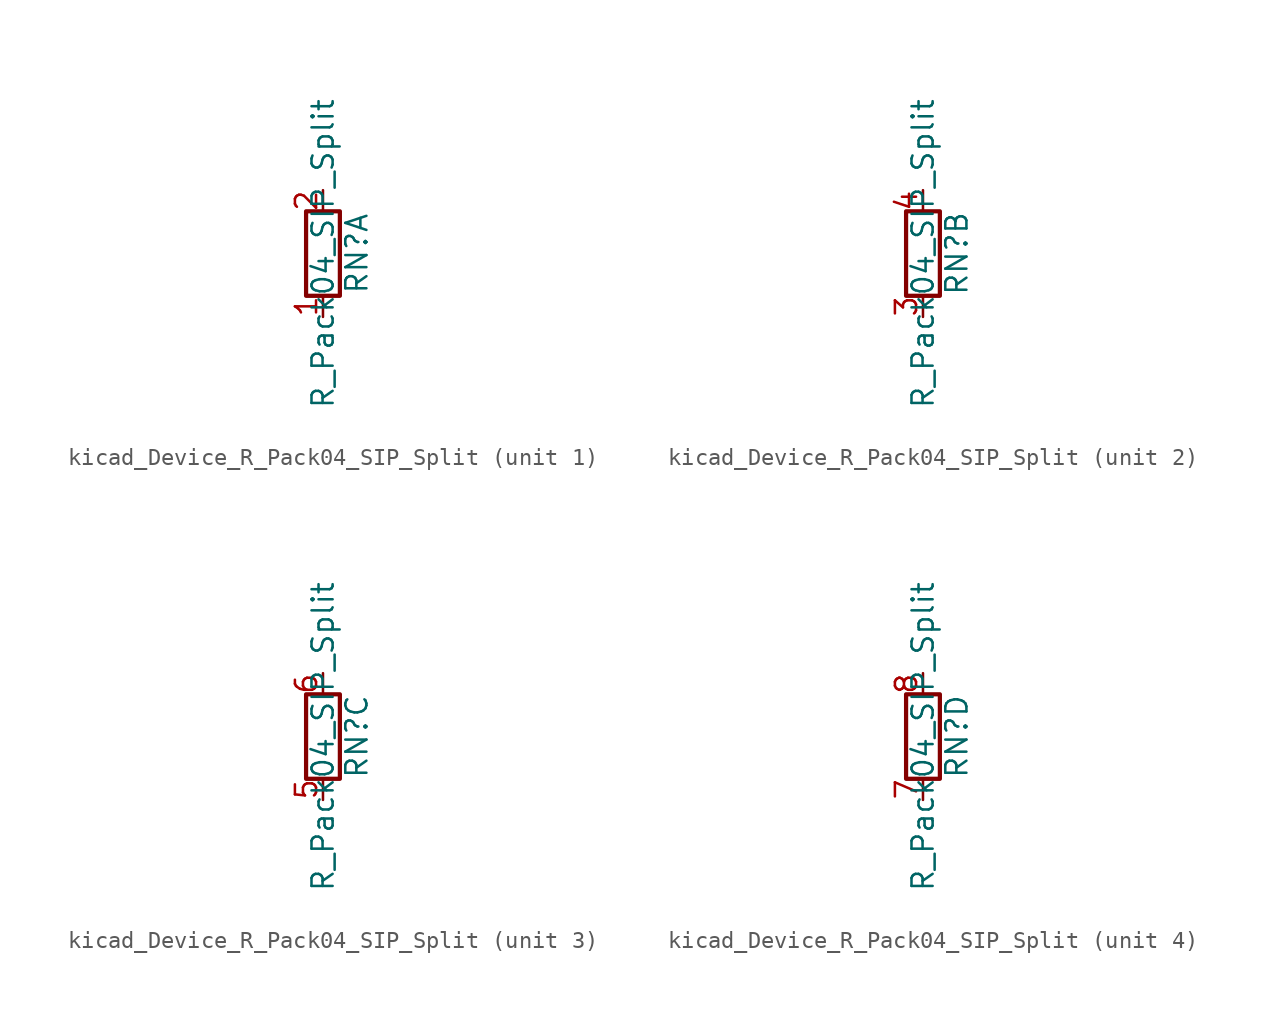
<source format=kicad_sym>
(kicad_symbol_lib
  (version 20220914)
  (generator kicad_symbol_editor)
  (symbol "kicad_Device_R_Pack04_SIP_Split"
    (pin_names
      (offset 0) hide)
    (property "Reference" "RN"
      (at 2.032 0 90)
      (effects (font (size 1.27 1.27))))
    (property "Value" "R_Pack04_SIP_Split"
      (at 0 0 90)
      (effects (font (size 1.27 1.27))))
    (symbol "kicad_Device_R_Pack04_SIP_Split_0_1"
      (rectangle (start 1.016 2.54) (end -1.016 -2.54) (stroke (width 0.254) (type default)) (fill (type none))))
    (symbol "kicad_Device_R_Pack04_SIP_Split_1_1"
      (pin passive line (at 0 -3.81 90) (length 1.27) (name "R1.1" (effects (font (size 1.27 1.27)))) (number "1" (effects (font (size 1.27 1.27)))))
      (pin passive line (at 0 3.81 270) (length 1.27) (name "R1.2" (effects (font (size 1.27 1.27)))) (number "2" (effects (font (size 1.27 1.27))))))
    (symbol "kicad_Device_R_Pack04_SIP_Split_2_1"
      (pin passive line (at 0 -3.81 90) (length 1.27) (name "R2.1" (effects (font (size 1.27 1.27)))) (number "3" (effects (font (size 1.27 1.27)))))
      (pin passive line (at 0 3.81 270) (length 1.27) (name "R2.2" (effects (font (size 1.27 1.27)))) (number "4" (effects (font (size 1.27 1.27))))))
    (symbol "kicad_Device_R_Pack04_SIP_Split_3_1"
      (pin passive line (at 0 -3.81 90) (length 1.27) (name "R3.1" (effects (font (size 1.27 1.27)))) (number "5" (effects (font (size 1.27 1.27)))))
      (pin passive line (at 0 3.81 270) (length 1.27) (name "R3.2" (effects (font (size 1.27 1.27)))) (number "6" (effects (font (size 1.27 1.27))))))
    (symbol "kicad_Device_R_Pack04_SIP_Split_4_1"
      (pin passive line (at 0 -3.81 90) (length 1.27) (name "R4.1" (effects (font (size 1.27 1.27)))) (number "7" (effects (font (size 1.27 1.27)))))
      (pin passive line (at 0 3.81 270) (length 1.27) (name "R4.2" (effects (font (size 1.27 1.27)))) (number "8" (effects (font (size 1.27 1.27))))))))
</source>
